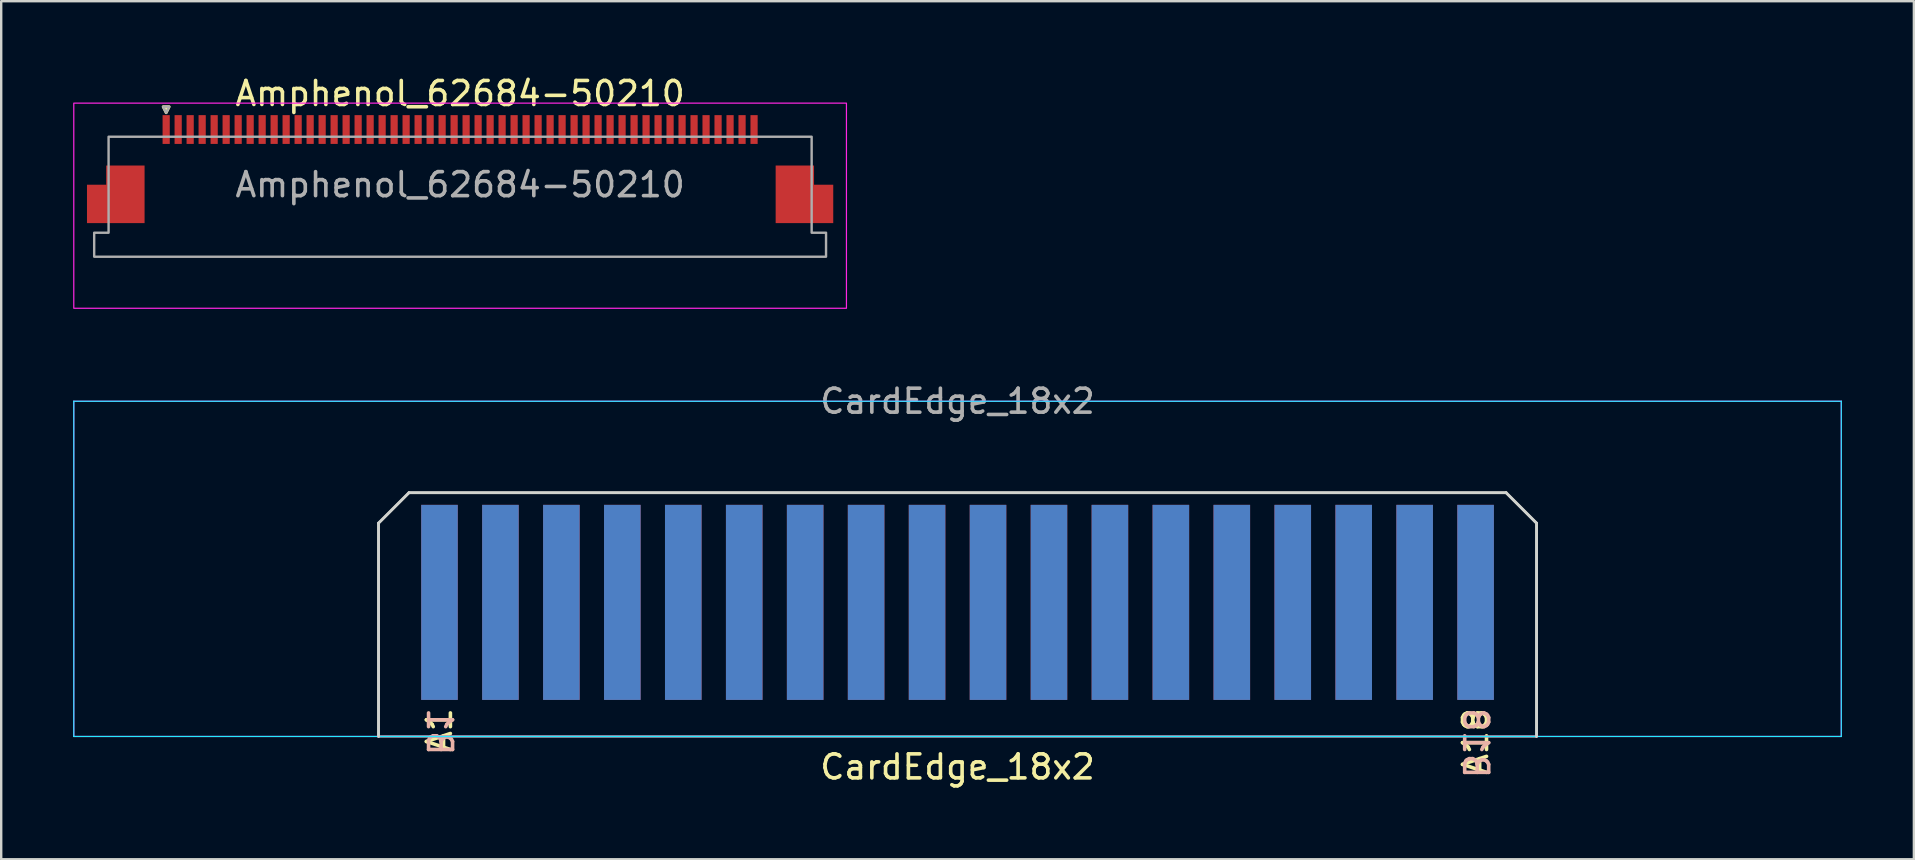
<source format=kicad_pcb>
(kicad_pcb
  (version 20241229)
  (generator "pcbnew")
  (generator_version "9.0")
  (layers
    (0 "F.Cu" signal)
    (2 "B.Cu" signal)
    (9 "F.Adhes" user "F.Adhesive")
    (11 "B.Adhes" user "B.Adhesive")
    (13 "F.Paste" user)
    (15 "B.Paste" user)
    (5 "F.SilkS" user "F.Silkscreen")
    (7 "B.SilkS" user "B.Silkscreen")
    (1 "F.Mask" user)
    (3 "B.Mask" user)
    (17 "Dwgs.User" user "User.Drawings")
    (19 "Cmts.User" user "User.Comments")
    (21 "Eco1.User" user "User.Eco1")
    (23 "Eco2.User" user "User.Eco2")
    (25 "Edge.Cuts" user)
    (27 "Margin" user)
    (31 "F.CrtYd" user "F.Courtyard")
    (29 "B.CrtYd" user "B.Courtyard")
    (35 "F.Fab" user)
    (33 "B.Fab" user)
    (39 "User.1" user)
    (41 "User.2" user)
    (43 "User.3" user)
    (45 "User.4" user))
  (footprint "Amphenol_62684-50210"
    (layer "F.Cu")
    (at 16.125 4.648)
    (property "Reference" "Amphenol_62684-50210" (at 0 -3.8 0) (unlocked yes) (layer "F.SilkS") (effects (font (size 1 1) (thickness 0.15))))
    (attr smd)
    (fp_poly (pts (xy -12.25 -3) (xy -12.375 -3.25) (xy -12.125 -3.25)) (stroke (width 0.12) (type solid)) (fill yes) (layer "F.SilkS"))
    (fp_rect (start -16.1 -3.4) (end 16.1 5.15) (stroke (width 0.05) (type solid)) (fill no) (layer "F.CrtYd"))
    (fp_poly (pts (xy -12.25 -3) (xy -12.375 -3.25) (xy -12.125 -3.25)) (stroke (width 0.1) (type solid)) (fill no) (layer "F.Fab"))
    (fp_poly (pts (xy 15.25 3) (xy 15.25 2) (xy 14.65 2) (xy 14.65 -2) (xy -14.65 -2) (xy -14.65 2) (xy -15.25 2) (xy -15.25 3)) (stroke (width 0.1) (type solid)) (fill no) (layer "F.Fab"))
    (fp_text user "${REFERENCE}" (at 0 0 0) (unlocked yes) (layer "F.Fab") (effects (font (size 1 1) (thickness 0.15))))
    (pad "1" smd rect (at -12.25 -2.3) (size 0.3 1.2) (layers "F.Cu" "F.Mask" "F.Paste"))
    (pad "2" smd rect (at -11.75 -2.3) (size 0.3 1.2) (layers "F.Cu" "F.Mask" "F.Paste"))
    (pad "3" smd rect (at -11.25 -2.3) (size 0.3 1.2) (layers "F.Cu" "F.Mask" "F.Paste"))
    (pad "4" smd rect (at -10.75 -2.3) (size 0.3 1.2) (layers "F.Cu" "F.Mask" "F.Paste"))
    (pad "5" smd rect (at -10.25 -2.3) (size 0.3 1.2) (layers "F.Cu" "F.Mask" "F.Paste"))
    (pad "6" smd rect (at -9.75 -2.3) (size 0.3 1.2) (layers "F.Cu" "F.Mask" "F.Paste"))
    (pad "7" smd rect (at -9.25 -2.3) (size 0.3 1.2) (layers "F.Cu" "F.Mask" "F.Paste"))
    (pad "8" smd rect (at -8.75 -2.3) (size 0.3 1.2) (layers "F.Cu" "F.Mask" "F.Paste"))
    (pad "9" smd rect (at -8.25 -2.3) (size 0.3 1.2) (layers "F.Cu" "F.Mask" "F.Paste"))
    (pad "10" smd rect (at -7.75 -2.3) (size 0.3 1.2) (layers "F.Cu" "F.Mask" "F.Paste"))
    (pad "11" smd rect (at -7.25 -2.3) (size 0.3 1.2) (layers "F.Cu" "F.Mask" "F.Paste"))
    (pad "12" smd rect (at -6.75 -2.3) (size 0.3 1.2) (layers "F.Cu" "F.Mask" "F.Paste"))
    (pad "13" smd rect (at -6.25 -2.3) (size 0.3 1.2) (layers "F.Cu" "F.Mask" "F.Paste"))
    (pad "14" smd rect (at -5.75 -2.3) (size 0.3 1.2) (layers "F.Cu" "F.Mask" "F.Paste"))
    (pad "15" smd rect (at -5.25 -2.3) (size 0.3 1.2) (layers "F.Cu" "F.Mask" "F.Paste"))
    (pad "16" smd rect (at -4.75 -2.3) (size 0.3 1.2) (layers "F.Cu" "F.Mask" "F.Paste"))
    (pad "17" smd rect (at -4.25 -2.3) (size 0.3 1.2) (layers "F.Cu" "F.Mask" "F.Paste"))
    (pad "18" smd rect (at -3.75 -2.3) (size 0.3 1.2) (layers "F.Cu" "F.Mask" "F.Paste"))
    (pad "19" smd rect (at -3.25 -2.3) (size 0.3 1.2) (layers "F.Cu" "F.Mask" "F.Paste"))
    (pad "20" smd rect (at -2.75 -2.3) (size 0.3 1.2) (layers "F.Cu" "F.Mask" "F.Paste"))
    (pad "21" smd rect (at -2.25 -2.3) (size 0.3 1.2) (layers "F.Cu" "F.Mask" "F.Paste"))
    (pad "22" smd rect (at -1.75 -2.3) (size 0.3 1.2) (layers "F.Cu" "F.Mask" "F.Paste"))
    (pad "23" smd rect (at -1.25 -2.3) (size 0.3 1.2) (layers "F.Cu" "F.Mask" "F.Paste"))
    (pad "24" smd rect (at -0.75 -2.3) (size 0.3 1.2) (layers "F.Cu" "F.Mask" "F.Paste"))
    (pad "25" smd rect (at -0.25 -2.3) (size 0.3 1.2) (layers "F.Cu" "F.Mask" "F.Paste"))
    (pad "26" smd rect (at 0.25 -2.3) (size 0.3 1.2) (layers "F.Cu" "F.Mask" "F.Paste"))
    (pad "27" smd rect (at 0.75 -2.3) (size 0.3 1.2) (layers "F.Cu" "F.Mask" "F.Paste"))
    (pad "28" smd rect (at 1.25 -2.3) (size 0.3 1.2) (layers "F.Cu" "F.Mask" "F.Paste"))
    (pad "29" smd rect (at 1.75 -2.3) (size 0.3 1.2) (layers "F.Cu" "F.Mask" "F.Paste"))
    (pad "30" smd rect (at 2.25 -2.3) (size 0.3 1.2) (layers "F.Cu" "F.Mask" "F.Paste"))
    (pad "31" smd rect (at 2.75 -2.3) (size 0.3 1.2) (layers "F.Cu" "F.Mask" "F.Paste"))
    (pad "32" smd rect (at 3.25 -2.3) (size 0.3 1.2) (layers "F.Cu" "F.Mask" "F.Paste"))
    (pad "33" smd rect (at 3.75 -2.3) (size 0.3 1.2) (layers "F.Cu" "F.Mask" "F.Paste"))
    (pad "34" smd rect (at 4.25 -2.3) (size 0.3 1.2) (layers "F.Cu" "F.Mask" "F.Paste"))
    (pad "35" smd rect (at 4.75 -2.3) (size 0.3 1.2) (layers "F.Cu" "F.Mask" "F.Paste"))
    (pad "36" smd rect (at 5.25 -2.3) (size 0.3 1.2) (layers "F.Cu" "F.Mask" "F.Paste"))
    (pad "37" smd rect (at 5.75 -2.3) (size 0.3 1.2) (layers "F.Cu" "F.Mask" "F.Paste"))
    (pad "38" smd rect (at 6.25 -2.3) (size 0.3 1.2) (layers "F.Cu" "F.Mask" "F.Paste"))
    (pad "39" smd rect (at 6.75 -2.3) (size 0.3 1.2) (layers "F.Cu" "F.Mask" "F.Paste"))
    (pad "40" smd rect (at 7.25 -2.3) (size 0.3 1.2) (layers "F.Cu" "F.Mask" "F.Paste"))
    (pad "41" smd rect (at 7.75 -2.3) (size 0.3 1.2) (layers "F.Cu" "F.Mask" "F.Paste"))
    (pad "42" smd rect (at 8.25 -2.3) (size 0.3 1.2) (layers "F.Cu" "F.Mask" "F.Paste"))
    (pad "43" smd rect (at 8.75 -2.3) (size 0.3 1.2) (layers "F.Cu" "F.Mask" "F.Paste"))
    (pad "44" smd rect (at 9.25 -2.3) (size 0.3 1.2) (layers "F.Cu" "F.Mask" "F.Paste"))
    (pad "45" smd rect (at 9.75 -2.3) (size 0.3 1.2) (layers "F.Cu" "F.Mask" "F.Paste"))
    (pad "46" smd rect (at 10.25 -2.3) (size 0.3 1.2) (layers "F.Cu" "F.Mask" "F.Paste"))
    (pad "47" smd rect (at 10.75 -2.3) (size 0.3 1.2) (layers "F.Cu" "F.Mask" "F.Paste"))
    (pad "48" smd rect (at 11.25 -2.3) (size 0.3 1.2) (layers "F.Cu" "F.Mask" "F.Paste"))
    (pad "49" smd rect (at 11.75 -2.3) (size 0.3 1.2) (layers "F.Cu" "F.Mask" "F.Paste"))
    (pad "50" smd rect (at 12.25 -2.3) (size 0.3 1.2) (layers "F.Cu" "F.Mask" "F.Paste"))
    (pad "MP" smd custom (at -13.95 0.4) (size 1.6 2.4) (layers "F.Cu" "F.Mask" "F.Paste") (options (anchor rect)) (primitives (gr_poly (pts (xy 0 1.2) (xy -1.6 1.2) (xy -1.6 -0.4) (xy 0 -0.4)) (width 0) (fill yes))))
    (pad "MP" smd custom (at 13.95 0.4) (size 1.6 2.4) (layers "F.Cu" "F.Mask" "F.Paste") (options (anchor rect)) (primitives (gr_poly (pts (xy 0 1.2) (xy 1.6 1.2) (xy 1.6 -0.4) (xy 0 -0.4)) (width 0) (fill yes)))))
  (footprint "CardEdge_18x2"
    (layer "F.Cu")
    (at 36.855 27.642)
    (property "Reference" "CardEdge_18x2" (at 0 1.27 0) (unlocked yes) (layer "F.SilkS") (effects (font (size 1 1) (thickness 0.15))))
    (fp_line (start -24.13 -8.89) (end -24.13 0) (stroke (width 0.12) (type solid)) (layer "Edge.Cuts"))
    (fp_line (start -22.86 -10.16) (end -24.13 -8.89) (stroke (width 0.12) (type solid)) (layer "Edge.Cuts"))
    (fp_line (start 22.86 -10.16) (end -22.86 -10.16) (stroke (width 0.12) (type solid)) (layer "Edge.Cuts"))
    (fp_line (start 24.13 -8.89) (end 22.86 -10.16) (stroke (width 0.12) (type solid)) (layer "Edge.Cuts"))
    (fp_line (start 24.13 0) (end 24.13 -8.89) (stroke (width 0.12) (type solid)) (layer "Edge.Cuts"))
    (fp_line (start -36.83 -13.97) (end -36.83 0) (stroke (width 0.05) (type solid)) (layer "B.CrtYd"))
    (fp_line (start -36.83 0) (end 36.83 0) (stroke (width 0.05) (type solid)) (layer "B.CrtYd"))
    (fp_line (start 36.83 -13.97) (end -36.83 -13.97) (stroke (width 0.05) (type solid)) (layer "B.CrtYd"))
    (fp_line (start 36.83 0) (end 36.83 -13.97) (stroke (width 0.05) (type solid)) (layer "B.CrtYd"))
    (fp_line (start -36.83 -13.97) (end -36.83 0) (stroke (width 0.05) (type solid)) (layer "F.CrtYd"))
    (fp_line (start -36.83 0) (end 36.83 0) (stroke (width 0.05) (type solid)) (layer "F.CrtYd"))
    (fp_line (start 36.83 -13.97) (end -36.83 -13.97) (stroke (width 0.05) (type solid)) (layer "F.CrtYd"))
    (fp_line (start 36.83 0) (end 36.83 -13.97) (stroke (width 0.05) (type solid)) (layer "F.CrtYd"))
    (fp_line (start -24.13 -8.89) (end -22.86 -10.16) (stroke (width 0.1) (type solid)) (layer "F.Fab"))
    (fp_line (start -24.13 0) (end -24.13 -8.89) (stroke (width 0.1) (type solid)) (layer "F.Fab"))
    (fp_line (start -22.86 -10.16) (end 22.86 -10.16) (stroke (width 0.1) (type solid)) (layer "F.Fab"))
    (fp_line (start 22.86 -10.16) (end 24.13 -8.89) (stroke (width 0.1) (type solid)) (layer "F.Fab"))
    (fp_line (start 24.13 -8.89) (end 24.13 0) (stroke (width 0.1) (type solid)) (layer "F.Fab"))
    (fp_line (start 24.13 0) (end -24.13 0) (stroke (width 0.1) (type solid)) (layer "F.Fab"))
    (fp_text user "A1" (at -21.59 -1.27 90) (unlocked yes) (layer "F.SilkS") (effects (font (size 1 1) (thickness 0.15)) (justify right)))
    (fp_text user "A18" (at 21.59 -1.27 90) (unlocked yes) (layer "F.SilkS") (effects (font (size 1 1) (thickness 0.15)) (justify right)))
    (fp_text user "B18" (at 21.59 -1.27 270) (unlocked yes) (layer "B.SilkS") (effects (font (size 1 1) (thickness 0.15)) (justify right mirror)))
    (fp_text user "B1" (at -21.59 -1.27 270) (unlocked yes) (layer "B.SilkS") (effects (font (size 1 1) (thickness 0.15)) (justify right mirror)))
    (fp_text user "${REFERENCE}" (at 0 -13.97 0) (unlocked yes) (layer "F.Fab") (effects (font (size 1 1) (thickness 0.15))))
    (pad "A1" connect rect (at -21.59 -5.588) (size 1.524 8.128) (layers "F.Cu" "F.Mask"))
    (pad "A2" connect rect (at -19.05 -5.588) (size 1.524 8.128) (layers "F.Cu" "F.Mask"))
    (pad "A3" connect rect (at -16.51 -5.588) (size 1.524 8.128) (layers "F.Cu" "F.Mask"))
    (pad "A4" connect rect (at -13.97 -5.588) (size 1.524 8.128) (layers "F.Cu" "F.Mask"))
    (pad "A5" connect rect (at -11.43 -5.588) (size 1.524 8.128) (layers "F.Cu" "F.Mask"))
    (pad "A6" connect rect (at -8.89 -5.588) (size 1.524 8.128) (layers "F.Cu" "F.Mask"))
    (pad "A7" connect rect (at -6.35 -5.588) (size 1.524 8.128) (layers "F.Cu" "F.Mask"))
    (pad "A8" connect rect (at -3.81 -5.588) (size 1.524 8.128) (layers "F.Cu" "F.Mask"))
    (pad "A9" connect rect (at -1.27 -5.588) (size 1.524 8.128) (layers "F.Cu" "F.Mask"))
    (pad "A10" connect rect (at 1.27 -5.588) (size 1.524 8.128) (layers "F.Cu" "F.Mask"))
    (pad "A11" connect rect (at 3.81 -5.588) (size 1.524 8.128) (layers "F.Cu" "F.Mask"))
    (pad "A12" connect rect (at 6.35 -5.588) (size 1.524 8.128) (layers "F.Cu" "F.Mask"))
    (pad "A13" connect rect (at 8.89 -5.588) (size 1.524 8.128) (layers "F.Cu" "F.Mask"))
    (pad "A14" connect rect (at 11.43 -5.588) (size 1.524 8.128) (layers "F.Cu" "F.Mask"))
    (pad "A15" connect rect (at 13.97 -5.588) (size 1.524 8.128) (layers "F.Cu" "F.Mask"))
    (pad "A16" connect rect (at 16.51 -5.588) (size 1.524 8.128) (layers "F.Cu" "F.Mask"))
    (pad "A17" connect rect (at 19.05 -5.588) (size 1.524 8.128) (layers "F.Cu" "F.Mask"))
    (pad "A18" connect rect (at 21.59 -5.588) (size 1.524 8.128) (layers "F.Cu" "F.Mask"))
    (pad "B1" connect rect (at -21.59 -5.588) (size 1.524 8.128) (layers "B.Cu" "B.Mask"))
    (pad "B2" connect rect (at -19.05 -5.588) (size 1.524 8.128) (layers "B.Cu" "B.Mask"))
    (pad "B3" connect rect (at -16.51 -5.588) (size 1.524 8.128) (layers "B.Cu" "B.Mask"))
    (pad "B4" connect rect (at -13.97 -5.588) (size 1.524 8.128) (layers "B.Cu" "B.Mask"))
    (pad "B5" connect rect (at -11.43 -5.588) (size 1.524 8.128) (layers "B.Cu" "B.Mask"))
    (pad "B6" connect rect (at -8.89 -5.588) (size 1.524 8.128) (layers "B.Cu" "B.Mask"))
    (pad "B7" connect rect (at -6.35 -5.588) (size 1.524 8.128) (layers "B.Cu" "B.Mask"))
    (pad "B8" connect rect (at -3.81 -5.588) (size 1.524 8.128) (layers "B.Cu" "B.Mask"))
    (pad "B9" connect rect (at -1.27 -5.588) (size 1.524 8.128) (layers "B.Cu" "B.Mask"))
    (pad "B10" connect rect (at 1.27 -5.588) (size 1.524 8.128) (layers "B.Cu" "B.Mask"))
    (pad "B11" connect rect (at 3.81 -5.588) (size 1.524 8.128) (layers "B.Cu" "B.Mask"))
    (pad "B12" connect rect (at 6.35 -5.588) (size 1.524 8.128) (layers "B.Cu" "B.Mask"))
    (pad "B13" connect rect (at 8.89 -5.588) (size 1.524 8.128) (layers "B.Cu" "B.Mask"))
    (pad "B14" connect rect (at 11.43 -5.588) (size 1.524 8.128) (layers "B.Cu" "B.Mask"))
    (pad "B15" connect rect (at 13.97 -5.588) (size 1.524 8.128) (layers "B.Cu" "B.Mask"))
    (pad "B16" connect rect (at 16.51 -5.588) (size 1.524 8.128) (layers "B.Cu" "B.Mask"))
    (pad "B17" connect rect (at 19.05 -5.588) (size 1.524 8.128) (layers "B.Cu" "B.Mask"))
    (pad "B18" connect rect (at 21.59 -5.588) (size 1.524 8.128) (layers "B.Cu" "B.Mask")))
  (gr_rect
    (start -3 -3)
    (end 76.71 32.76)
    (stroke (width 0.1) (type default))
    (fill no)
    (layer "Edge.Cuts")))
</source>
